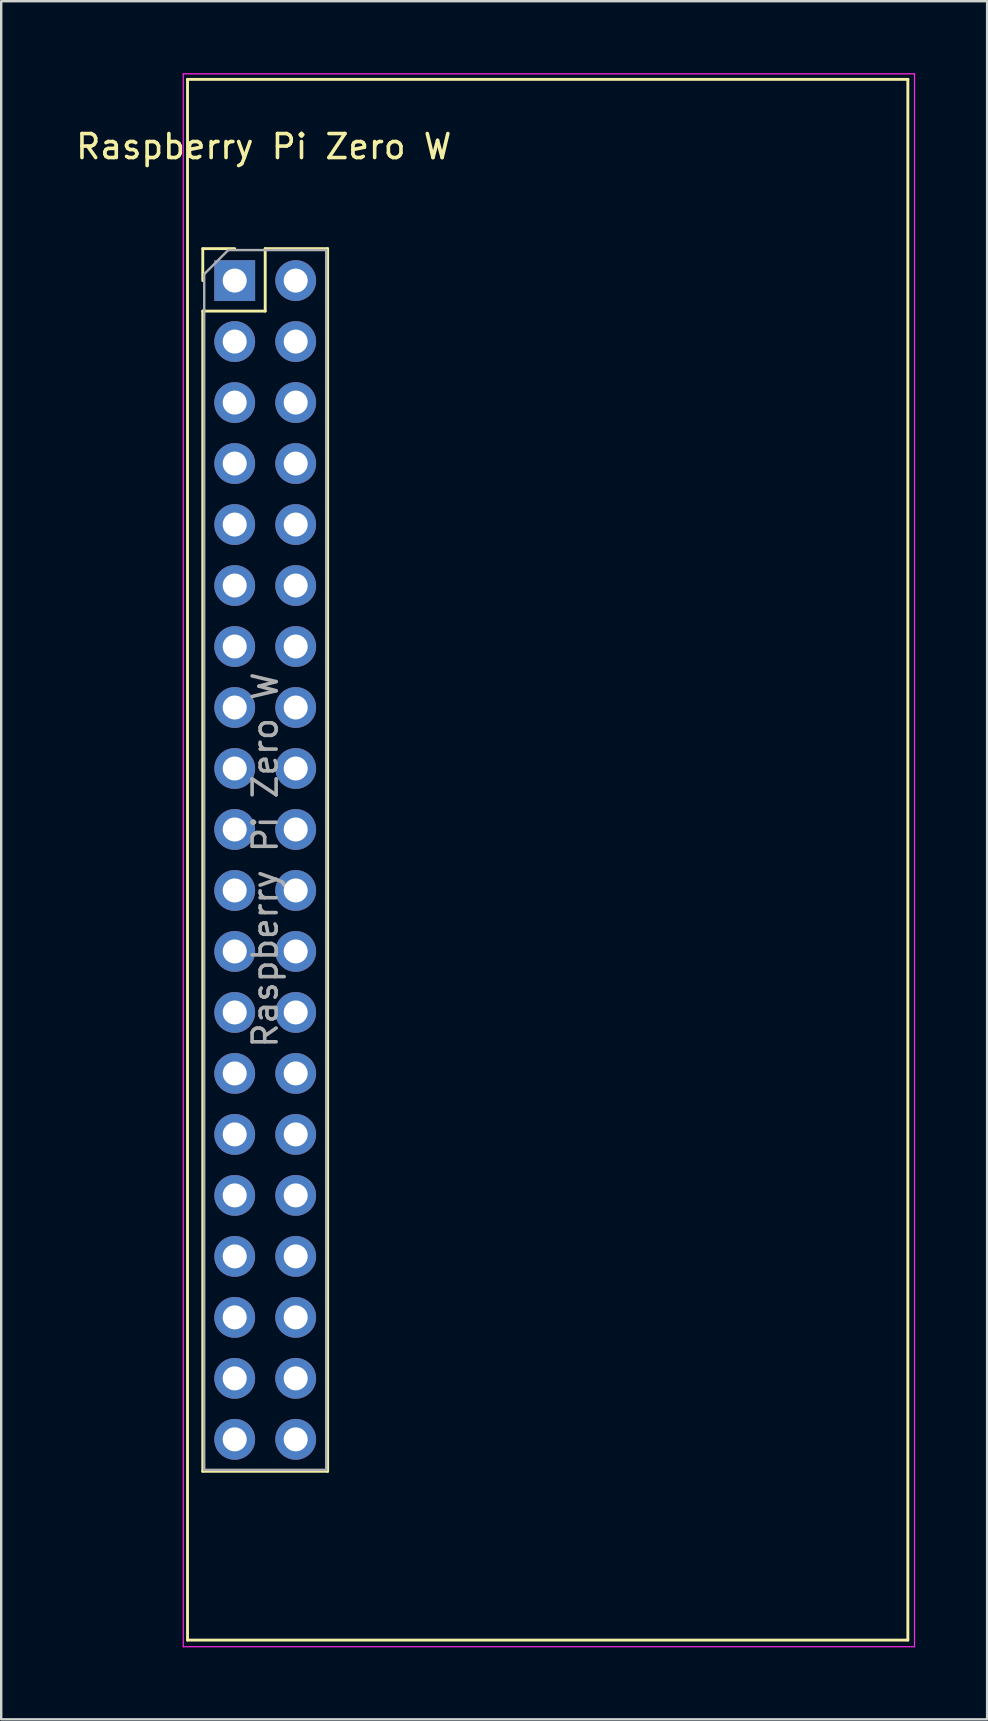
<source format=kicad_pcb>
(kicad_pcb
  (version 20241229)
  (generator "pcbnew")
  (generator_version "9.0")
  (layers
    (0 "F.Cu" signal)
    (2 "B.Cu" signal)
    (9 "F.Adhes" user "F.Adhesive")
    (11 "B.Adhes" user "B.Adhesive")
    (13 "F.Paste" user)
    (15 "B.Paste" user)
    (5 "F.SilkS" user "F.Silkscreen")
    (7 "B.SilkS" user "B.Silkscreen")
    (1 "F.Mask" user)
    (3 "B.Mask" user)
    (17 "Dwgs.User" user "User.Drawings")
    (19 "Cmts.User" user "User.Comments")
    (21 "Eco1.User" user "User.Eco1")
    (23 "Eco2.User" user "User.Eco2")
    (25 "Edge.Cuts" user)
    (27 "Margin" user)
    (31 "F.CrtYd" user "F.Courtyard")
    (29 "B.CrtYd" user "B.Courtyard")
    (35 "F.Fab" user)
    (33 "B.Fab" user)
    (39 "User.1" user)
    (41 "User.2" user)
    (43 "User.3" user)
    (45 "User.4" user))
  (footprint "Raspberry Pi Zero W"
    (layer "F.Cu")
    (at 7.935 3.556)
    (property "Reference" "Raspberry Pi Zero W" (at 0 -0.5 0) (unlocked yes) (layer "F.SilkS") (effects (font (size 1 1) (thickness 0.15))))
    (attr smd)
    (fp_line (start -3.175 -3.3) (end 26.825 -3.3) (stroke (width 0.12) (type solid)) (layer "F.SilkS"))
    (fp_line (start -3.175 61.7) (end -3.175 -3.3) (stroke (width 0.12) (type solid)) (layer "F.SilkS"))
    (fp_line (start -3.175 61.7) (end 26.825 61.7) (stroke (width 0.12) (type solid)) (layer "F.SilkS"))
    (fp_line (start -2.54 3.75) (end -2.54 5.08) (stroke (width 0.12) (type solid)) (layer "F.SilkS"))
    (fp_line (start -2.54 6.35) (end -2.54 54.67) (stroke (width 0.12) (type solid)) (layer "F.SilkS"))
    (fp_line (start -1.21 3.75) (end -2.54 3.75) (stroke (width 0.12) (type solid)) (layer "F.SilkS"))
    (fp_line (start 0.06 3.75) (end 0.06 6.35) (stroke (width 0.12) (type solid)) (layer "F.SilkS"))
    (fp_line (start 0.06 6.35) (end -2.54 6.35) (stroke (width 0.12) (type solid)) (layer "F.SilkS"))
    (fp_line (start 2.66 3.75) (end 0.06 3.75) (stroke (width 0.12) (type solid)) (layer "F.SilkS"))
    (fp_line (start 2.66 3.75) (end 2.66 54.67) (stroke (width 0.12) (type solid)) (layer "F.SilkS"))
    (fp_line (start 2.66 54.67) (end -2.54 54.67) (stroke (width 0.12) (type solid)) (layer "F.SilkS"))
    (fp_line (start 26.825 61.7) (end 26.825 -3.3) (stroke (width 0.12) (type solid)) (layer "F.SilkS"))
    (fp_line (start -3.353 -3.531) (end 27.102 -3.531) (stroke (width 0.05) (type solid)) (layer "F.CrtYd"))
    (fp_line (start -3.353 61.976) (end -3.353 -3.531) (stroke (width 0.05) (type solid)) (layer "F.CrtYd"))
    (fp_line (start 27.102 61.976) (end -3.353 61.976) (stroke (width 0.05) (type solid)) (layer "F.CrtYd"))
    (fp_line (start 27.102 61.976) (end 27.102 -3.531) (stroke (width 0.05) (type solid)) (layer "F.CrtYd"))
    (fp_line (start -2.48 4.81) (end -2.48 54.61) (stroke (width 0.1) (type solid)) (layer "F.Fab"))
    (fp_line (start -2.48 54.61) (end 2.6 54.61) (stroke (width 0.1) (type solid)) (layer "F.Fab"))
    (fp_line (start -1.48 3.81) (end -2.48 4.81) (stroke (width 0.1) (type solid)) (layer "F.Fab"))
    (fp_line (start 2.6 3.81) (end -1.48 3.81) (stroke (width 0.1) (type solid)) (layer "F.Fab"))
    (fp_line (start 2.6 54.61) (end 2.6 3.81) (stroke (width 0.1) (type solid)) (layer "F.Fab"))
    (fp_text user "${REFERENCE}" (at 0.06 29.21 90) (layer "F.Fab") (effects (font (size 1 1) (thickness 0.15))))
    (pad "1" thru_hole rect (at -1.21 5.08) (size 1.7 1.7) (drill 1) (layers "*.Cu" "*.Mask"))
    (pad "2" thru_hole oval (at 1.33 5.08) (size 1.7 1.7) (drill 1) (layers "*.Cu" "*.Mask"))
    (pad "3" thru_hole oval (at -1.21 7.62) (size 1.7 1.7) (drill 1) (layers "*.Cu" "*.Mask"))
    (pad "4" thru_hole oval (at 1.33 7.62) (size 1.7 1.7) (drill 1) (layers "*.Cu" "*.Mask"))
    (pad "5" thru_hole oval (at -1.21 10.16) (size 1.7 1.7) (drill 1) (layers "*.Cu" "*.Mask"))
    (pad "6" thru_hole oval (at 1.33 10.16) (size 1.7 1.7) (drill 1) (layers "*.Cu" "*.Mask"))
    (pad "7" thru_hole oval (at -1.21 12.7) (size 1.7 1.7) (drill 1) (layers "*.Cu" "*.Mask"))
    (pad "8" thru_hole oval (at 1.33 12.7) (size 1.7 1.7) (drill 1) (layers "*.Cu" "*.Mask"))
    (pad "9" thru_hole oval (at -1.21 15.24) (size 1.7 1.7) (drill 1) (layers "*.Cu" "*.Mask"))
    (pad "10" thru_hole oval (at 1.33 15.24) (size 1.7 1.7) (drill 1) (layers "*.Cu" "*.Mask"))
    (pad "11" thru_hole oval (at -1.21 17.78) (size 1.7 1.7) (drill 1) (layers "*.Cu" "*.Mask"))
    (pad "12" thru_hole oval (at 1.33 17.78) (size 1.7 1.7) (drill 1) (layers "*.Cu" "*.Mask"))
    (pad "13" thru_hole oval (at -1.21 20.32) (size 1.7 1.7) (drill 1) (layers "*.Cu" "*.Mask"))
    (pad "14" thru_hole oval (at 1.33 20.32) (size 1.7 1.7) (drill 1) (layers "*.Cu" "*.Mask"))
    (pad "15" thru_hole oval (at -1.21 22.86) (size 1.7 1.7) (drill 1) (layers "*.Cu" "*.Mask"))
    (pad "16" thru_hole oval (at 1.33 22.86) (size 1.7 1.7) (drill 1) (layers "*.Cu" "*.Mask"))
    (pad "17" thru_hole oval (at -1.21 25.4) (size 1.7 1.7) (drill 1) (layers "*.Cu" "*.Mask"))
    (pad "18" thru_hole oval (at 1.33 25.4) (size 1.7 1.7) (drill 1) (layers "*.Cu" "*.Mask"))
    (pad "19" thru_hole oval (at -1.21 27.94) (size 1.7 1.7) (drill 1) (layers "*.Cu" "*.Mask"))
    (pad "20" thru_hole oval (at 1.33 27.94) (size 1.7 1.7) (drill 1) (layers "*.Cu" "*.Mask"))
    (pad "21" thru_hole oval (at -1.21 30.48) (size 1.7 1.7) (drill 1) (layers "*.Cu" "*.Mask"))
    (pad "22" thru_hole oval (at 1.33 30.48) (size 1.7 1.7) (drill 1) (layers "*.Cu" "*.Mask"))
    (pad "23" thru_hole oval (at -1.21 33.02) (size 1.7 1.7) (drill 1) (layers "*.Cu" "*.Mask"))
    (pad "24" thru_hole oval (at 1.33 33.02) (size 1.7 1.7) (drill 1) (layers "*.Cu" "*.Mask"))
    (pad "25" thru_hole oval (at -1.21 35.56) (size 1.7 1.7) (drill 1) (layers "*.Cu" "*.Mask"))
    (pad "26" thru_hole oval (at 1.33 35.56) (size 1.7 1.7) (drill 1) (layers "*.Cu" "*.Mask"))
    (pad "27" thru_hole oval (at -1.21 38.1) (size 1.7 1.7) (drill 1) (layers "*.Cu" "*.Mask"))
    (pad "28" thru_hole oval (at 1.33 38.1) (size 1.7 1.7) (drill 1) (layers "*.Cu" "*.Mask"))
    (pad "29" thru_hole oval (at -1.21 40.64) (size 1.7 1.7) (drill 1) (layers "*.Cu" "*.Mask"))
    (pad "30" thru_hole oval (at 1.33 40.64) (size 1.7 1.7) (drill 1) (layers "*.Cu" "*.Mask"))
    (pad "31" thru_hole oval (at -1.21 43.18) (size 1.7 1.7) (drill 1) (layers "*.Cu" "*.Mask"))
    (pad "32" thru_hole oval (at 1.33 43.18) (size 1.7 1.7) (drill 1) (layers "*.Cu" "*.Mask"))
    (pad "33" thru_hole oval (at -1.21 45.72) (size 1.7 1.7) (drill 1) (layers "*.Cu" "*.Mask"))
    (pad "34" thru_hole oval (at 1.33 45.72) (size 1.7 1.7) (drill 1) (layers "*.Cu" "*.Mask"))
    (pad "35" thru_hole oval (at -1.21 48.26) (size 1.7 1.7) (drill 1) (layers "*.Cu" "*.Mask"))
    (pad "36" thru_hole oval (at 1.33 48.26) (size 1.7 1.7) (drill 1) (layers "*.Cu" "*.Mask"))
    (pad "37" thru_hole oval (at -1.21 50.8) (size 1.7 1.7) (drill 1) (layers "*.Cu" "*.Mask"))
    (pad "38" thru_hole oval (at 1.33 50.8) (size 1.7 1.7) (drill 1) (layers "*.Cu" "*.Mask"))
    (pad "39" thru_hole oval (at -1.21 53.34) (size 1.7 1.7) (drill 1) (layers "*.Cu" "*.Mask"))
    (pad "40" thru_hole oval (at 1.33 53.34) (size 1.7 1.7) (drill 1) (layers "*.Cu" "*.Mask")))
  (gr_rect
    (start -3 -3)
    (end 38.061 68.557)
    (stroke (width 0.1) (type default))
    (fill no)
    (layer "Edge.Cuts")))
</source>
